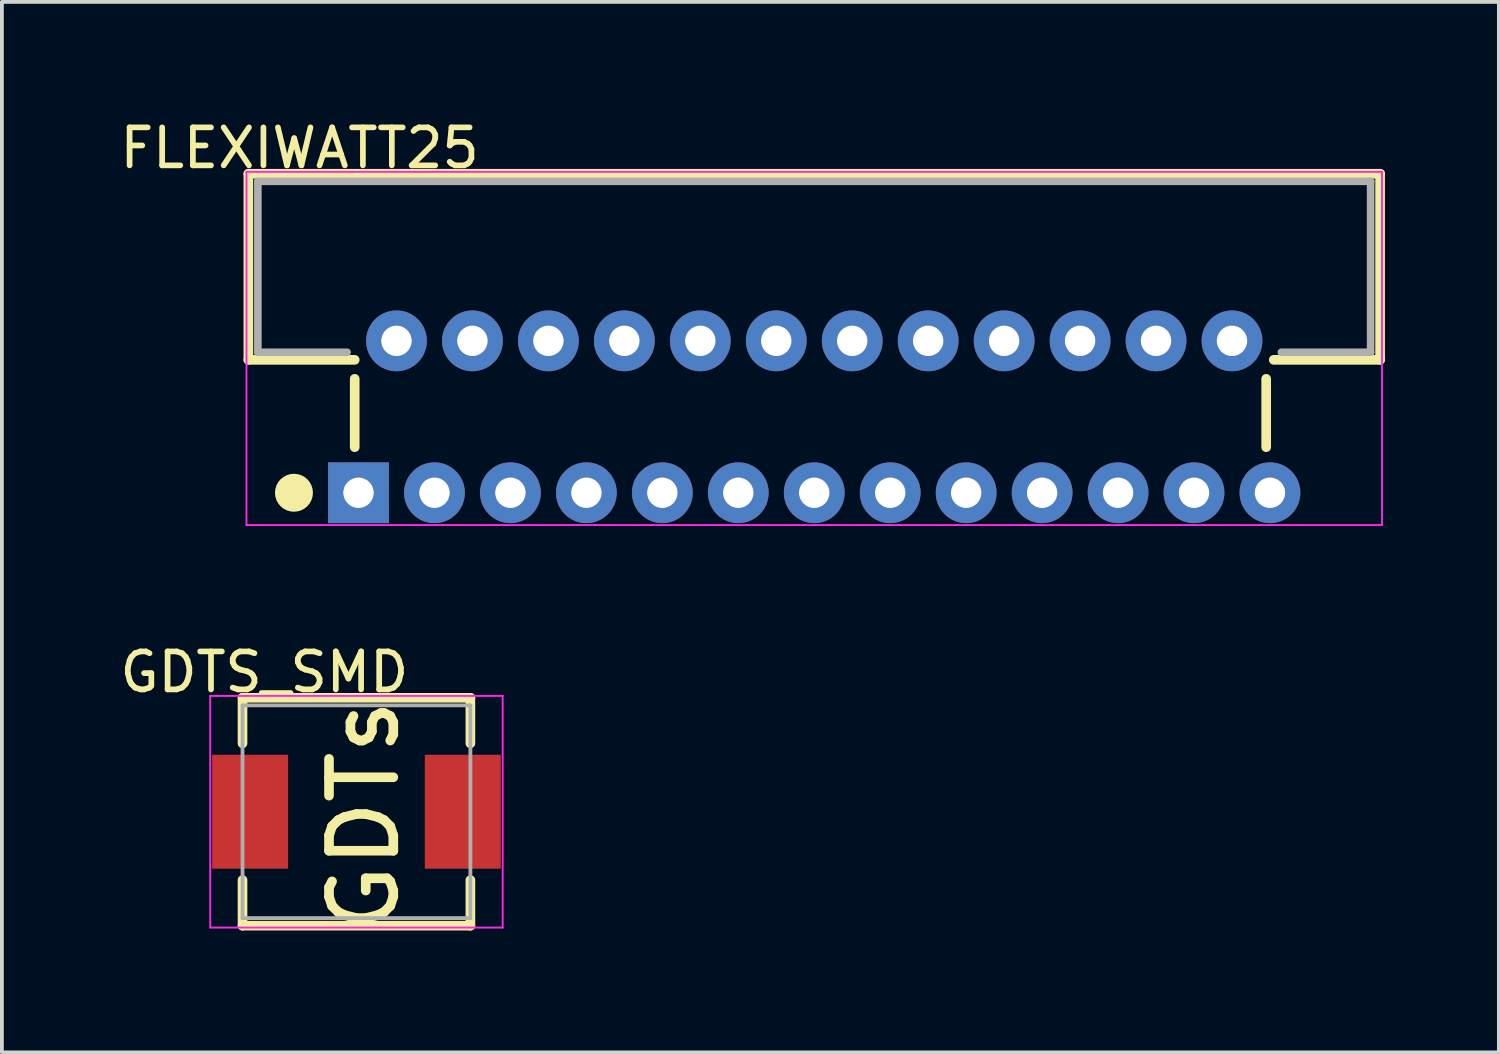
<source format=kicad_pcb>
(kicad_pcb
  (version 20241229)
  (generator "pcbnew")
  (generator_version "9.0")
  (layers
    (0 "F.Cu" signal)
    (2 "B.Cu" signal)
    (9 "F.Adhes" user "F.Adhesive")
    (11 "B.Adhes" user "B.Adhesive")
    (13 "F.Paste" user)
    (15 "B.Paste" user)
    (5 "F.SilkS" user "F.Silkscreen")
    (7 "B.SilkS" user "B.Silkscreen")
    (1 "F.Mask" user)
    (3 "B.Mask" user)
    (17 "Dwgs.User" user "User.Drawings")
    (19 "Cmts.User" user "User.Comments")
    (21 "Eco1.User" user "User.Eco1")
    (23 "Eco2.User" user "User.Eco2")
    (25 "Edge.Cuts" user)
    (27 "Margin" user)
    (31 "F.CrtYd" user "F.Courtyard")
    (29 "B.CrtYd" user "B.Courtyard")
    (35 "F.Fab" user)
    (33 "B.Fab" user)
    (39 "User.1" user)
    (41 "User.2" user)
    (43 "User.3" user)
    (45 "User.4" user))
  (footprint "FLEXIWATT25"
    (layer "F.Cu")
    (at 18.39 9.925)
    (property "Reference" "FLEXIWATT25" (at -13.551 -9.076 0) (layer "F.SilkS") (effects (font (size 1 1) (thickness 0.15))))
    (attr through_hole)
    (fp_line (start -14.9 -8.4) (end 14.9 -8.4) (stroke (width 0.254) (type solid)) (layer "F.SilkS"))
    (fp_line (start -14.9 -3.5) (end -14.9 -8.4) (stroke (width 0.254) (type solid)) (layer "F.SilkS"))
    (fp_line (start -14.9 -3.5) (end -12.1 -3.5) (stroke (width 0.254) (type solid)) (layer "F.SilkS"))
    (fp_line (start -12.1 -1.2) (end -12.1 -3) (stroke (width 0.254) (type solid)) (layer "F.SilkS"))
    (fp_line (start 11.9 -1.2) (end 11.9 -3) (stroke (width 0.254) (type solid)) (layer "F.SilkS"))
    (fp_line (start 12.1 -3.5) (end 14.9 -3.5) (stroke (width 0.254) (type solid)) (layer "F.SilkS"))
    (fp_line (start 14.9 -3.5) (end 14.9 -8.4) (stroke (width 0.254) (type solid)) (layer "F.SilkS"))
    (fp_circle (center -13.7 0) (end -13.45 0) (stroke (width 0.5) (type solid)) (fill no) (layer "F.SilkS"))
    (fp_line (start -14.95 -8.45) (end 14.95 -8.45) (stroke (width 0.05) (type solid)) (layer "F.CrtYd"))
    (fp_line (start -14.95 0.85) (end -14.95 -8.45) (stroke (width 0.05) (type solid)) (layer "F.CrtYd"))
    (fp_line (start 14.95 -8.45) (end 14.95 0.85) (stroke (width 0.05) (type solid)) (layer "F.CrtYd"))
    (fp_line (start 14.95 0.85) (end -14.95 0.85) (stroke (width 0.05) (type solid)) (layer "F.CrtYd"))
    (fp_line (start -14.65 -8.2) (end 14.65 -8.2) (stroke (width 0.2) (type solid)) (layer "F.Fab"))
    (fp_line (start -14.65 -3.7) (end -14.65 -8.2) (stroke (width 0.2) (type solid)) (layer "F.Fab"))
    (fp_line (start -14.65 -3.7) (end -12.3 -3.7) (stroke (width 0.2) (type solid)) (layer "F.Fab"))
    (fp_line (start 12.3 -3.7) (end 14.65 -3.7) (stroke (width 0.2) (type solid)) (layer "F.Fab"))
    (fp_line (start 14.65 -3.7) (end 14.65 -8.2) (stroke (width 0.2) (type solid)) (layer "F.Fab"))
    (pad "1" thru_hole rect (at -12 0) (size 1.6 1.6) (drill 0.8) (layers "*.Cu" "*.Mask"))
    (pad "2" thru_hole oval (at -11 -4) (size 1.6 1.6) (drill 0.8) (layers "*.Cu" "*.Mask"))
    (pad "3" thru_hole oval (at -10 0) (size 1.6 1.6) (drill 0.8) (layers "*.Cu" "*.Mask"))
    (pad "4" thru_hole oval (at -9 -4) (size 1.6 1.6) (drill 0.8) (layers "*.Cu" "*.Mask"))
    (pad "5" thru_hole oval (at -8 0) (size 1.6 1.6) (drill 0.8) (layers "*.Cu" "*.Mask"))
    (pad "6" thru_hole oval (at -7 -4) (size 1.6 1.6) (drill 0.8) (layers "*.Cu" "*.Mask"))
    (pad "7" thru_hole oval (at -6 0) (size 1.6 1.6) (drill 0.8) (layers "*.Cu" "*.Mask"))
    (pad "8" thru_hole oval (at -5 -4) (size 1.6 1.6) (drill 0.8) (layers "*.Cu" "*.Mask"))
    (pad "9" thru_hole oval (at -4 0) (size 1.6 1.6) (drill 0.8) (layers "*.Cu" "*.Mask"))
    (pad "10" thru_hole oval (at -3 -4) (size 1.6 1.6) (drill 0.8) (layers "*.Cu" "*.Mask"))
    (pad "11" thru_hole oval (at -2 0) (size 1.6 1.6) (drill 0.8) (layers "*.Cu" "*.Mask"))
    (pad "12" thru_hole oval (at -1 -4) (size 1.6 1.6) (drill 0.8) (layers "*.Cu" "*.Mask"))
    (pad "13" thru_hole oval (at 0 0) (size 1.6 1.6) (drill 0.8) (layers "*.Cu" "*.Mask"))
    (pad "14" thru_hole oval (at 1 -4) (size 1.6 1.6) (drill 0.8) (layers "*.Cu" "*.Mask"))
    (pad "15" thru_hole oval (at 2 0) (size 1.6 1.6) (drill 0.8) (layers "*.Cu" "*.Mask"))
    (pad "16" thru_hole oval (at 3 -4) (size 1.6 1.6) (drill 0.8) (layers "*.Cu" "*.Mask"))
    (pad "17" thru_hole oval (at 4 0) (size 1.6 1.6) (drill 0.8) (layers "*.Cu" "*.Mask"))
    (pad "18" thru_hole oval (at 5 -4) (size 1.6 1.6) (drill 0.8) (layers "*.Cu" "*.Mask"))
    (pad "19" thru_hole oval (at 6 0) (size 1.6 1.6) (drill 0.8) (layers "*.Cu" "*.Mask"))
    (pad "20" thru_hole oval (at 7 -4) (size 1.6 1.6) (drill 0.8) (layers "*.Cu" "*.Mask"))
    (pad "21" thru_hole oval (at 8 0) (size 1.6 1.6) (drill 0.8) (layers "*.Cu" "*.Mask"))
    (pad "22" thru_hole oval (at 9 -4) (size 1.6 1.6) (drill 0.8) (layers "*.Cu" "*.Mask"))
    (pad "23" thru_hole oval (at 10 0) (size 1.6 1.6) (drill 0.8) (layers "*.Cu" "*.Mask"))
    (pad "24" thru_hole oval (at 11 -4) (size 1.6 1.6) (drill 0.8) (layers "*.Cu" "*.Mask"))
    (pad "25" thru_hole oval (at 12 0) (size 1.6 1.6) (drill 0.8) (layers "*.Cu" "*.Mask")))
  (footprint "GDTS_SMD"
    (layer "F.Cu")
    (at 6.336 18.324)
    (property "Reference" "GDTS_SMD" (at -2.425 -3.676 0) (layer "F.SilkS") (effects (font (size 1 1) (thickness 0.15))))
    (attr through_hole)
    (fp_line (start -3 -3) (end 3 -3) (stroke (width 0.254) (type solid)) (layer "F.SilkS"))
    (fp_line (start -3 -1.8) (end -3 -3) (stroke (width 0.254) (type solid)) (layer "F.SilkS"))
    (fp_line (start -3 3) (end -3 1.8) (stroke (width 0.254) (type solid)) (layer "F.SilkS"))
    (fp_line (start -3 3) (end 3 3) (stroke (width 0.254) (type solid)) (layer "F.SilkS"))
    (fp_line (start 3 -1.8) (end 3 -3) (stroke (width 0.254) (type solid)) (layer "F.SilkS"))
    (fp_line (start 3 3) (end 3 1.8) (stroke (width 0.254) (type solid)) (layer "F.SilkS"))
    (fp_line (start -3.85 -3.05) (end 3.85 -3.05) (stroke (width 0.05) (type solid)) (layer "F.CrtYd"))
    (fp_line (start -3.85 3.05) (end -3.85 -3.05) (stroke (width 0.05) (type solid)) (layer "F.CrtYd"))
    (fp_line (start 3.85 -3.05) (end 3.85 3.05) (stroke (width 0.05) (type solid)) (layer "F.CrtYd"))
    (fp_line (start 3.85 3.05) (end -3.85 3.05) (stroke (width 0.05) (type solid)) (layer "F.CrtYd"))
    (fp_line (start -3 -2.8) (end 3 -2.8) (stroke (width 0.1) (type solid)) (layer "F.Fab"))
    (fp_line (start -3 2.8) (end -3 -2.8) (stroke (width 0.1) (type solid)) (layer "F.Fab"))
    (fp_line (start -3 2.8) (end 3 2.8) (stroke (width 0.1) (type solid)) (layer "F.Fab"))
    (fp_line (start 3 2.8) (end 3 -2.8) (stroke (width 0.1) (type solid)) (layer "F.Fab"))
    (fp_text user "GDTs" (at 0.2 0.1 90) (layer "F.SilkS") (effects (font (size 1.693 1.693) (thickness 0.254))))
    (pad "1" smd rect (at -2.8 0) (size 2 3) (layers "F.Cu" "F.Mask" "F.Paste"))
    (pad "2" smd rect (at 2.8 0) (size 2 3) (layers "F.Cu" "F.Mask" "F.Paste")))
  (gr_rect
    (start -3 -3)
    (end 36.417 24.66)
    (stroke (width 0.1) (type default))
    (fill no)
    (layer "Edge.Cuts")))
</source>
